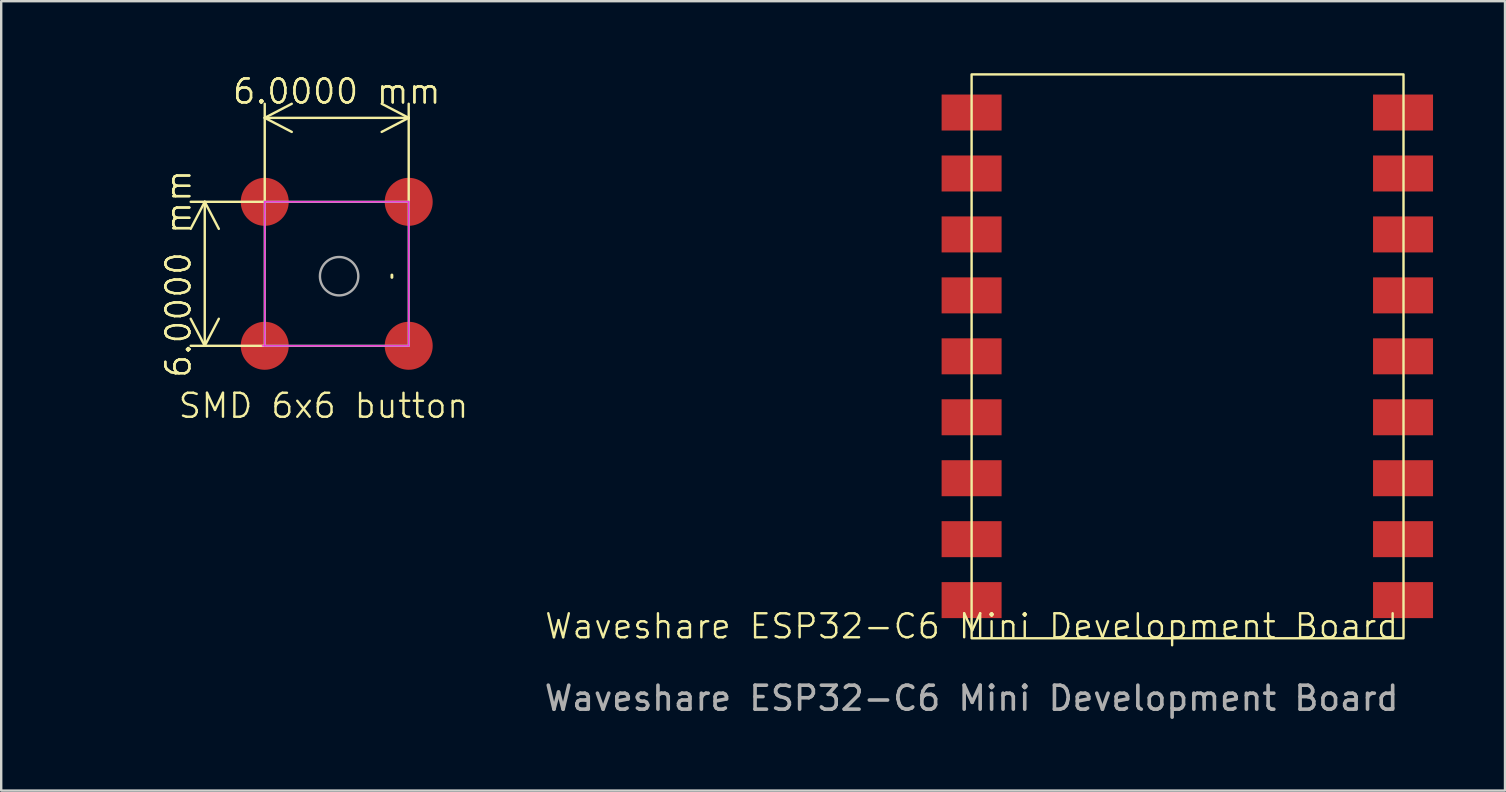
<source format=kicad_pcb>
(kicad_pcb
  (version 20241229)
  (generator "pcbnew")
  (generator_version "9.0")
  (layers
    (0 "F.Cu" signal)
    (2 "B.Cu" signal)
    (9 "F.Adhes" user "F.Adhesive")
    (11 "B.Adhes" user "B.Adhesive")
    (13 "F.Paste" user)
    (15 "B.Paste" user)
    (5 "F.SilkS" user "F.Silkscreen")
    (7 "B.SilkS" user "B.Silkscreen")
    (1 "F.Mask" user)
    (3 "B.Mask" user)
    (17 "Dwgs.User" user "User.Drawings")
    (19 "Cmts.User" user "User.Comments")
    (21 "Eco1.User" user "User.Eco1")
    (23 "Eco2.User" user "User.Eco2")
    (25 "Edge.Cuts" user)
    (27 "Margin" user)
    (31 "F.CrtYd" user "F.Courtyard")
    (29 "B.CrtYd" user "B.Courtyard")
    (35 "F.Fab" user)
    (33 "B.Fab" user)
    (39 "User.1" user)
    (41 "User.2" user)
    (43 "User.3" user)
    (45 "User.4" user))
  (footprint "Waveshare ESP32-C6 Mini Development Board"
    (layer "F.Cu")
    (at 37.442 23.55)
    (property "Reference" "Waveshare ESP32-C6 Mini Development Board" (at 0 -0.5 0) (unlocked yes) (layer "F.SilkS") (effects (font (size 1 1) (thickness 0.1))))
    (attr smd)
    (fp_rect (start 0 -23.5) (end 18 0) (stroke (width 0.1) (type default)) (fill no) (layer "F.SilkS"))
    (fp_text user "${REFERENCE}" (at 0 2.5 0) (unlocked yes) (layer "F.Fab") (effects (font (size 1 1) (thickness 0.15))))
    (pad "1" smd rect (at 0 -21.91) (size 2.5 1.5) (layers "F.Cu" "F.Mask" "F.Paste"))
    (pad "2" smd rect (at 0 -19.37) (size 2.5 1.5) (layers "F.Cu" "F.Mask" "F.Paste"))
    (pad "3" smd rect (at 0 -16.83) (size 2.5 1.5) (layers "F.Cu" "F.Mask" "F.Paste"))
    (pad "4" smd rect (at 0 -14.29) (size 2.5 1.5) (layers "F.Cu" "F.Mask" "F.Paste"))
    (pad "5" smd rect (at 0 -11.75) (size 2.5 1.5) (layers "F.Cu" "F.Mask" "F.Paste"))
    (pad "6" smd rect (at 0 -9.21) (size 2.5 1.5) (layers "F.Cu" "F.Mask" "F.Paste"))
    (pad "7" smd rect (at 0 -6.67) (size 2.5 1.5) (layers "F.Cu" "F.Mask" "F.Paste"))
    (pad "8" smd rect (at 0 -4.13) (size 2.5 1.5) (layers "F.Cu" "F.Mask" "F.Paste"))
    (pad "9" smd rect (at 0 -1.59) (size 2.5 1.5) (layers "F.Cu" "F.Mask" "F.Paste"))
    (pad "10" smd rect (at 17.98 -21.91) (size 2.5 1.5) (layers "F.Cu" "F.Mask" "F.Paste"))
    (pad "11" smd rect (at 17.98 -19.37) (size 2.5 1.5) (layers "F.Cu" "F.Mask" "F.Paste"))
    (pad "12" smd rect (at 17.98 -16.83) (size 2.5 1.5) (layers "F.Cu" "F.Mask" "F.Paste"))
    (pad "13" smd rect (at 17.98 -14.29) (size 2.5 1.5) (layers "F.Cu" "F.Mask" "F.Paste"))
    (pad "14" smd rect (at 17.98 -11.75) (size 2.5 1.5) (layers "F.Cu" "F.Mask" "F.Paste"))
    (pad "15" smd rect (at 17.98 -9.21) (size 2.5 1.5) (layers "F.Cu" "F.Mask" "F.Paste"))
    (pad "16" smd rect (at 17.98 -6.67) (size 2.5 1.5) (layers "F.Cu" "F.Mask" "F.Paste"))
    (pad "17" smd rect (at 17.98 -4.13) (size 2.5 1.5) (layers "F.Cu" "F.Mask" "F.Paste"))
    (pad "18" smd rect (at 17.98 -1.59) (size 2.5 1.5) (layers "F.Cu" "F.Mask" "F.Paste")))
  (footprint "SMD 6x6 button"
    (layer "F.Cu")
    (at 7.983 11.361)
    (property "Reference" "SMD 6x6 button" (at 2.45 2.5 0) (unlocked yes) (layer "F.SilkS") (effects (font (size 1 1) (thickness 0.1))))
    (attr smd)
    (fp_line (start 5.3 -2.85) (end 5.3 -2.95) (stroke (width 0.12) (type solid)) (layer "F.SilkS"))
    (fp_line (start 0 -6) (end 6 -6) (stroke (width 0.05) (type solid)) (layer "F.CrtYd"))
    (fp_line (start 0 0) (end 0 -6) (stroke (width 0.05) (type solid)) (layer "F.CrtYd"))
    (fp_line (start 6 -6) (end 6 0) (stroke (width 0.05) (type solid)) (layer "F.CrtYd"))
    (fp_line (start 6 0) (end -0.1 0) (stroke (width 0.05) (type solid)) (layer "F.CrtYd"))
    (fp_line (start 0 -6) (end 6 -6) (stroke (width 0.1) (type solid)) (layer "F.Fab"))
    (fp_line (start 0 0) (end 0 -6) (stroke (width 0.1) (type solid)) (layer "F.Fab"))
    (fp_line (start 6 -6) (end 6 0) (stroke (width 0.1) (type solid)) (layer "F.Fab"))
    (fp_line (start 6 0) (end 0 0) (stroke (width 0.1) (type solid)) (layer "F.Fab"))
    (fp_circle (center 3.1 -2.9) (end 3.1 -2.1) (stroke (width 0.1) (type solid)) (fill no) (layer "F.Fab"))
    (dimension (type aligned) (layer "F.SilkS") (pts (xy 8.483 11.361) (xy 8.483 5.361)) (height -3) (format (prefix "") (suffix "") (units 3) (units_format 1) (precision 4)) (style (thickness 0.1) (arrow_length 1.27) (text_position_mode 0) (arrow_direction outward) (extension_height 0.586) (extension_offset 0.5) (keep_text_aligned yes)) (gr_text "6.0000 mm" (at 4.383 8.361 90) (layer "F.SilkS") (effects (font (size 1 1) (thickness 0.1)))))
    (dimension (type aligned) (layer "F.SilkS") (pts (xy 7.983 5.861) (xy 13.983 5.861)) (height -4) (format (prefix "") (suffix "") (units 3) (units_format 1) (precision 4)) (style (thickness 0.1) (arrow_length 1.27) (text_position_mode 0) (arrow_direction outward) (extension_height 0.586) (extension_offset 0.5) (keep_text_aligned yes)) (gr_text "6.0000 mm" (at 10.983 0.76 0) (layer "F.SilkS") (effects (font (size 1 1) (thickness 0.1)))))
    (pad "1" smd circle (at 0 -6) (size 2 2) (layers "F.Cu" "F.Mask" "F.Paste"))
    (pad "1" smd circle (at 6 -6) (size 2 2) (layers "F.Cu" "F.Mask" "F.Paste"))
    (pad "2" smd circle (at 0 0) (size 2 2) (layers "F.Cu" "F.Mask" "F.Paste"))
    (pad "2" smd circle (at 6 0) (size 2 2) (layers "F.Cu" "F.Mask" "F.Paste")))
  (gr_rect
    (start -3 -3)
    (end 59.672 29.898)
    (stroke (width 0.1) (type default))
    (fill no)
    (layer "Edge.Cuts")))
</source>
